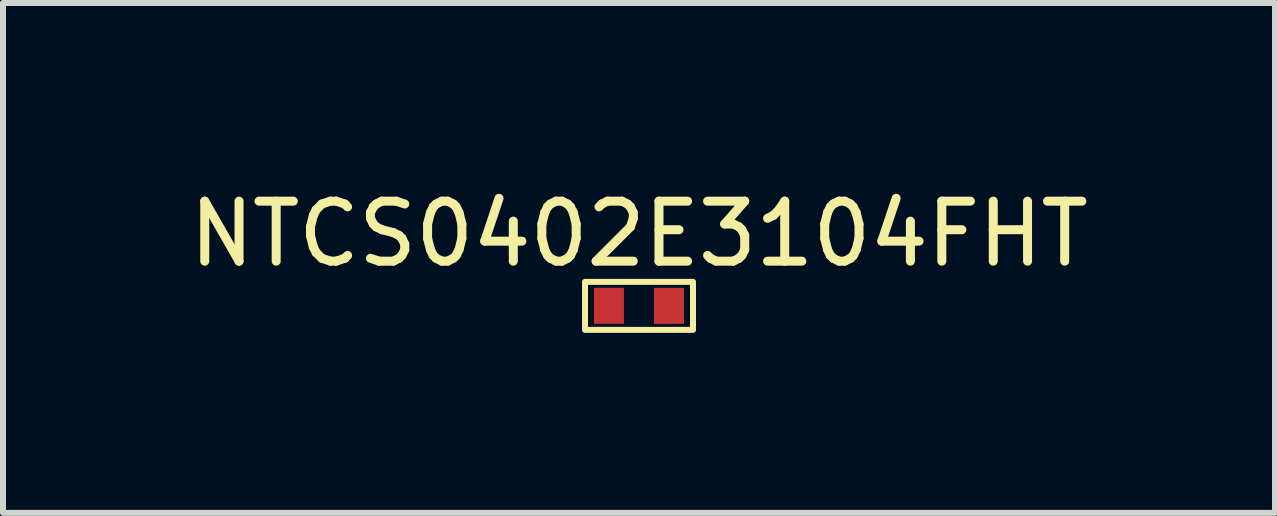
<source format=kicad_pcb>
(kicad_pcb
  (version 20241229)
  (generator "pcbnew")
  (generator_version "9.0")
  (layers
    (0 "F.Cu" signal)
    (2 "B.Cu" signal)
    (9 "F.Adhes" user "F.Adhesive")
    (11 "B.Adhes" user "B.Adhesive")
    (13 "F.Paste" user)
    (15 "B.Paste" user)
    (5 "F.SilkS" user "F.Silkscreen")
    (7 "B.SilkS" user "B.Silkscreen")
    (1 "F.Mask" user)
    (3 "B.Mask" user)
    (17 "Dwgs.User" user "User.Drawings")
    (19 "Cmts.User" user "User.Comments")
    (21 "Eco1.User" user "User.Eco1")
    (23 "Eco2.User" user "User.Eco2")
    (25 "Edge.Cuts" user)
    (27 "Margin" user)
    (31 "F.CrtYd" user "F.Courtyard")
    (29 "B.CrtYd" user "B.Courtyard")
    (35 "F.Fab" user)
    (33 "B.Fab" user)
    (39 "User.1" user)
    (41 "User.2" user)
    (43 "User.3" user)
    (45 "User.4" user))
  (footprint "NTCS0402E3104FHT"
    (layer "F.Cu")
    (at 7.601 2.048)
    (property "Reference" "NTCS0402E3104FHT" (at 0 -1.2 0) (unlocked yes) (layer "F.SilkS") (effects (font (size 1 1) (thickness 0.15))))
    (attr smd)
    (fp_rect (start -0.9 -0.4) (end 0.9 0.4) (stroke (width 0.1) (type solid)) (fill no) (layer "F.SilkS"))
    (pad "1" smd rect (at -0.501 -0.001) (size 0.5 0.6) (layers "F.Cu" "F.Mask" "F.Paste"))
    (pad "2" smd rect (at 0.5 0) (size 0.5 0.6) (layers "F.Cu" "F.Mask" "F.Paste")))
  (gr_rect
    (start -3 -3)
    (end 18.202 5.498)
    (stroke (width 0.1) (type default))
    (fill no)
    (layer "Edge.Cuts")))
</source>
